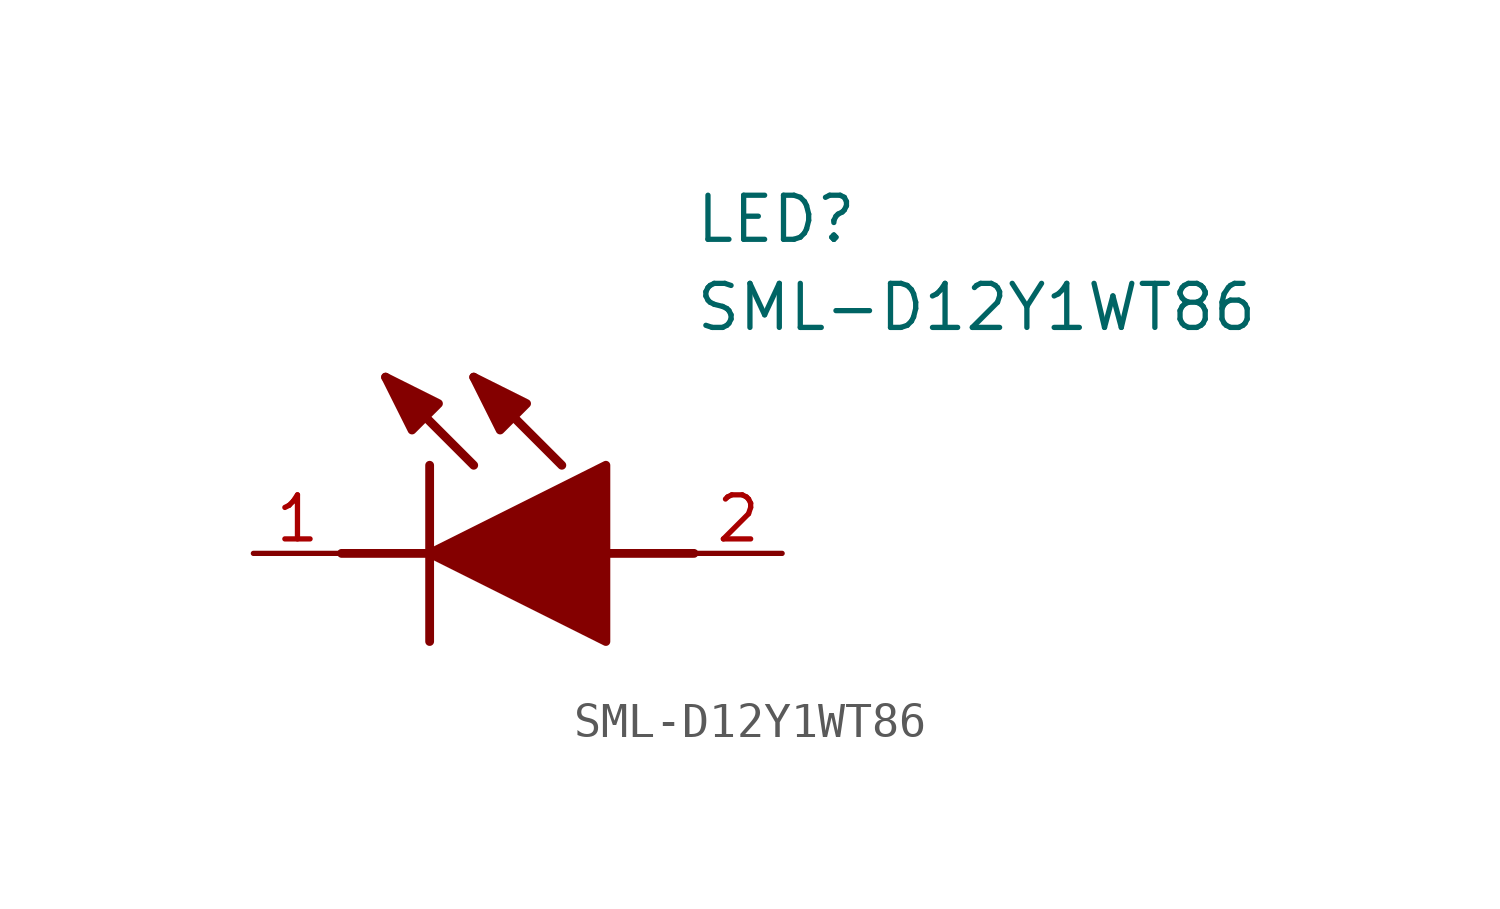
<source format=kicad_sym>
(kicad_symbol_lib
  (version 20211014)
  (generator SamacSys_ECAD_Model)
  (symbol "SML-D12Y1WT86"
    (pin_names hide)
    (property "Reference" "LED"
      (at 12.7 8.89 0)
      (effects (font (size 1.27 1.27)) (justify left bottom)))
    (property "Value" "SML-D12Y1WT86"
      (at 12.7 6.35 0)
      (effects (font (size 1.27 1.27)) (justify left bottom)))
    (polyline
      (pts (xy 5.08 2.54) (xy 5.08 -2.54))
      (stroke (width 0.254) (type default))
      (fill (type none)))
    (polyline
      (pts (xy 6.35 2.54) (xy 3.81 5.08))
      (stroke (width 0.254) (type default))
      (fill (type none)))
    (polyline
      (pts (xy 8.89 2.54) (xy 6.35 5.08))
      (stroke (width 0.254) (type default))
      (fill (type none)))
    (polyline
      (pts (xy 2.54 0) (xy 5.08 0))
      (stroke (width 0.254) (type default))
      (fill (type none)))
    (polyline
      (pts (xy 10.16 0) (xy 12.7 0))
      (stroke (width 0.254) (type default))
      (fill (type none)))
    (polyline
      (pts (xy 5.08 0) (xy 10.16 2.54) (xy 10.16 -2.54) (xy 5.08 0))
      (stroke (width 0.254) (type default))
      (fill (type outline)))
    (polyline
      (pts (xy 5.334 4.318) (xy 4.572 3.556) (xy 3.81 5.08) (xy 5.334 4.318))
      (stroke (width 0.254) (type default))
      (fill (type outline)))
    (polyline
      (pts (xy 7.874 4.318) (xy 7.112 3.556) (xy 6.35 5.08) (xy 7.874 4.318))
      (stroke (width 0.254) (type default))
      (fill (type outline)))
    (pin passive line
      (at 0 0 0)
      (length 2.54)
      (name "K" (effects (font (size 1.27 1.27))))
      (number "1" (effects (font (size 1.27 1.27)))))
    (pin passive line
      (at 15.24 0 180)
      (length 2.54)
      (name "A" (effects (font (size 1.27 1.27))))
      (number "2" (effects (font (size 1.27 1.27)))))))
</source>
